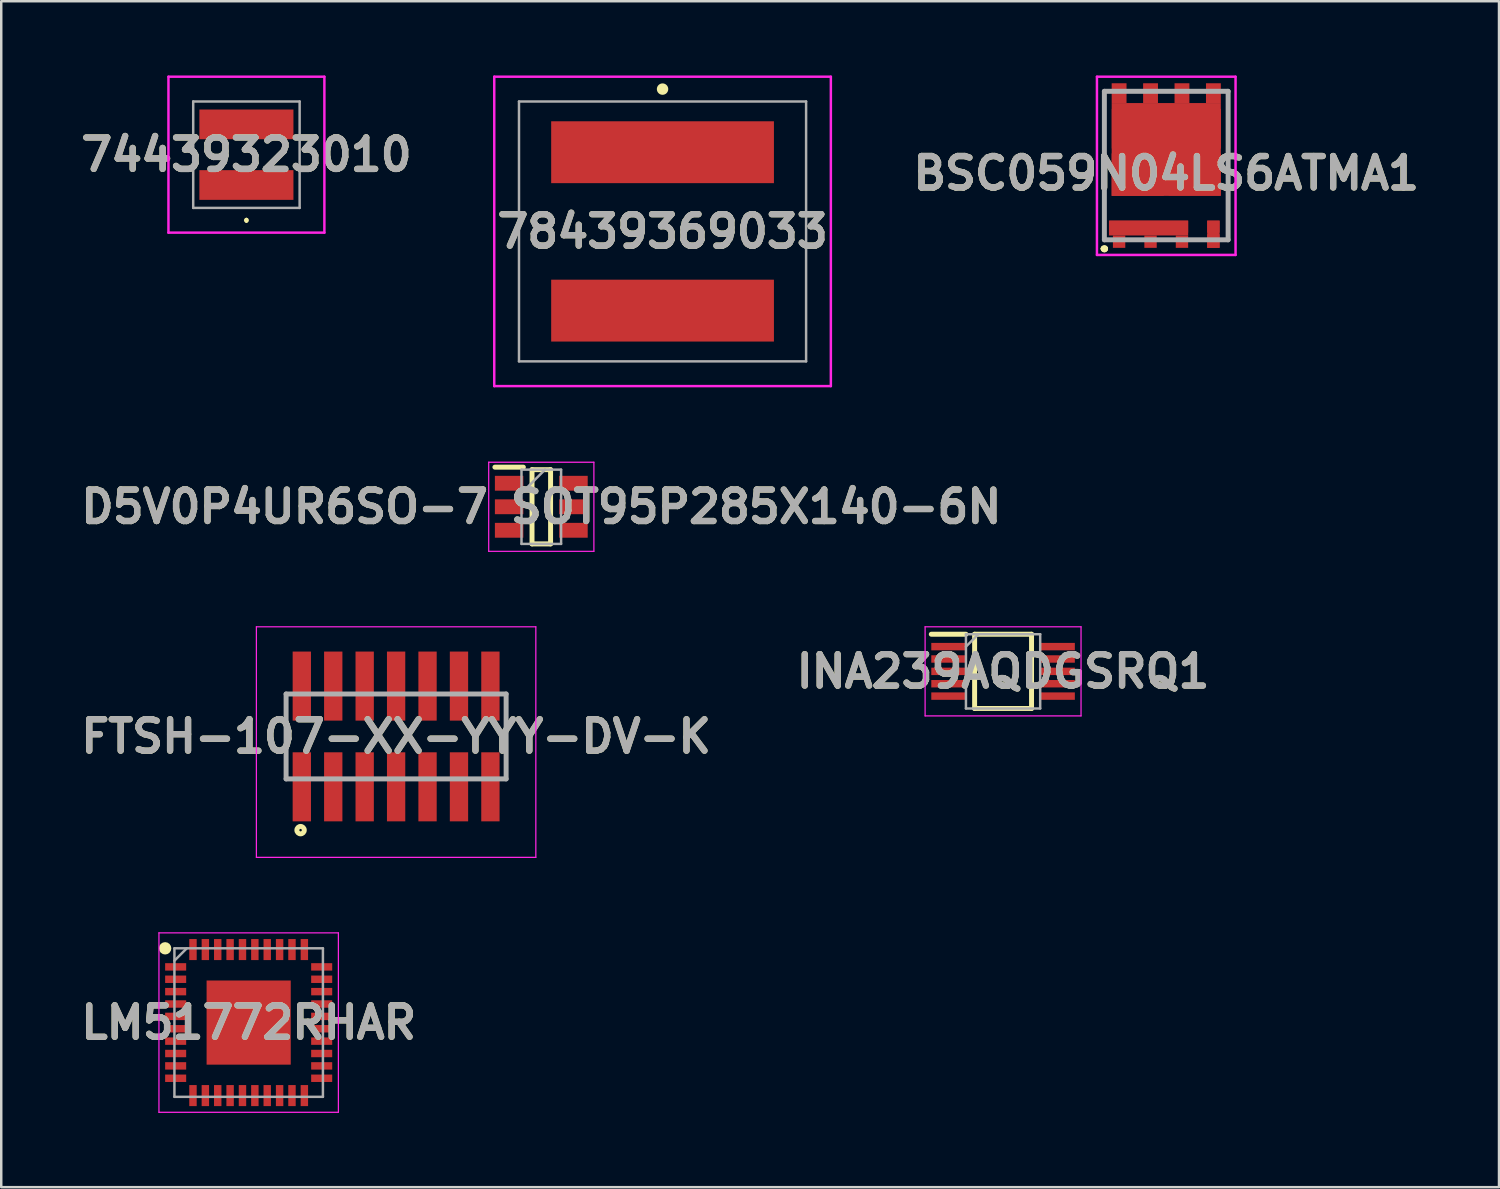
<source format=kicad_pcb>
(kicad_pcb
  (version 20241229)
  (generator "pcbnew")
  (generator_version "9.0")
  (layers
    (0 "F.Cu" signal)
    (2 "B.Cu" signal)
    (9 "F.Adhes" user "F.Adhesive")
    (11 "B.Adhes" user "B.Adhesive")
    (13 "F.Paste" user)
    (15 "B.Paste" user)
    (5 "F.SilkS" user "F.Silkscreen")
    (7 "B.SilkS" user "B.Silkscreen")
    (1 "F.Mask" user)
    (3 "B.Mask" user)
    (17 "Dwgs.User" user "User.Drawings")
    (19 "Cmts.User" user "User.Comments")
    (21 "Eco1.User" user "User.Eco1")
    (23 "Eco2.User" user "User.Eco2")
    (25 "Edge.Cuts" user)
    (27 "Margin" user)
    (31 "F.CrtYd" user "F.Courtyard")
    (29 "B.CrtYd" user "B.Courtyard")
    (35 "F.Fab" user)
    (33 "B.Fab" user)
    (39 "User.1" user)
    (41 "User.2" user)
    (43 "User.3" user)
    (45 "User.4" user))
  (footprint "INA239AQDGSRQ1"
    (layer "F.Cu")
    (at 37.477 24.075)
    (property "Reference" "INA239AQDGSRQ1" (at 0 0 0) (layer "F.SilkS") (effects (font (size 1.27 1.27) (thickness 0.254))))
    (attr smd)
    (fp_line (start -2.9 -1.5) (end -1.5 -1.5) (stroke (width 0.2) (type solid)) (layer "F.SilkS"))
    (fp_line (start -1.15 -1.5) (end 1.15 -1.5) (stroke (width 0.2) (type solid)) (layer "F.SilkS"))
    (fp_line (start -1.15 1.5) (end -1.15 -1.5) (stroke (width 0.2) (type solid)) (layer "F.SilkS"))
    (fp_line (start 1.15 -1.5) (end 1.15 1.5) (stroke (width 0.2) (type solid)) (layer "F.SilkS"))
    (fp_line (start 1.15 1.5) (end -1.15 1.5) (stroke (width 0.2) (type solid)) (layer "F.SilkS"))
    (fp_line (start -3.15 -1.8) (end 3.15 -1.8) (stroke (width 0.05) (type solid)) (layer "F.CrtYd"))
    (fp_line (start -3.15 1.8) (end -3.15 -1.8) (stroke (width 0.05) (type solid)) (layer "F.CrtYd"))
    (fp_line (start 3.15 -1.8) (end 3.15 1.8) (stroke (width 0.05) (type solid)) (layer "F.CrtYd"))
    (fp_line (start 3.15 1.8) (end -3.15 1.8) (stroke (width 0.05) (type solid)) (layer "F.CrtYd"))
    (fp_line (start -1.5 -1.5) (end 1.5 -1.5) (stroke (width 0.1) (type solid)) (layer "F.Fab"))
    (fp_line (start -1.5 -1) (end -1 -1.5) (stroke (width 0.1) (type solid)) (layer "F.Fab"))
    (fp_line (start -1.5 1.5) (end -1.5 -1.5) (stroke (width 0.1) (type solid)) (layer "F.Fab"))
    (fp_line (start 1.5 -1.5) (end 1.5 1.5) (stroke (width 0.1) (type solid)) (layer "F.Fab"))
    (fp_line (start 1.5 1.5) (end -1.5 1.5) (stroke (width 0.1) (type solid)) (layer "F.Fab"))
    (fp_text user "${REFERENCE}" (at 0 0 0) (layer "F.Fab") (effects (font (size 1.27 1.27) (thickness 0.254))))
    (pad "1" smd rect (at -2.2 -1 90) (size 0.3 1.4) (layers "F.Cu" "F.Mask" "F.Paste"))
    (pad "2" smd rect (at -2.2 -0.5 90) (size 0.3 1.4) (layers "F.Cu" "F.Mask" "F.Paste"))
    (pad "3" smd rect (at -2.2 0 90) (size 0.3 1.4) (layers "F.Cu" "F.Mask" "F.Paste"))
    (pad "4" smd rect (at -2.2 0.5 90) (size 0.3 1.4) (layers "F.Cu" "F.Mask" "F.Paste"))
    (pad "5" smd rect (at -2.2 1 90) (size 0.3 1.4) (layers "F.Cu" "F.Mask" "F.Paste"))
    (pad "6" smd rect (at 2.2 1 90) (size 0.3 1.4) (layers "F.Cu" "F.Mask" "F.Paste"))
    (pad "7" smd rect (at 2.2 0.5 90) (size 0.3 1.4) (layers "F.Cu" "F.Mask" "F.Paste"))
    (pad "8" smd rect (at 2.2 0 90) (size 0.3 1.4) (layers "F.Cu" "F.Mask" "F.Paste"))
    (pad "9" smd rect (at 2.2 -0.5 90) (size 0.3 1.4) (layers "F.Cu" "F.Mask" "F.Paste"))
    (pad "10" smd rect (at 2.2 -1 90) (size 0.3 1.4) (layers "F.Cu" "F.Mask" "F.Paste")))
  (footprint "LM51772RHAR"
    (layer "F.Cu")
    (at 6.997 38.265)
    (property "Reference" "LM51772RHAR" (at 0 0 0) (layer "F.SilkS") (effects (font (size 1.27 1.27) (thickness 0.254))))
    (attr smd)
    (fp_circle (center -3.375 -3) (end -3.375 -2.875) (stroke (width 0.25) (type solid)) (fill no) (layer "F.SilkS"))
    (fp_line (start -3.625 -3.625) (end 3.625 -3.625) (stroke (width 0.05) (type solid)) (layer "F.CrtYd"))
    (fp_line (start -3.625 3.625) (end -3.625 -3.625) (stroke (width 0.05) (type solid)) (layer "F.CrtYd"))
    (fp_line (start 3.625 -3.625) (end 3.625 3.625) (stroke (width 0.05) (type solid)) (layer "F.CrtYd"))
    (fp_line (start 3.625 3.625) (end -3.625 3.625) (stroke (width 0.05) (type solid)) (layer "F.CrtYd"))
    (fp_line (start -3 -3) (end 3 -3) (stroke (width 0.1) (type solid)) (layer "F.Fab"))
    (fp_line (start -3 -2.5) (end -2.5 -3) (stroke (width 0.1) (type solid)) (layer "F.Fab"))
    (fp_line (start -3 3) (end -3 -3) (stroke (width 0.1) (type solid)) (layer "F.Fab"))
    (fp_line (start 3 -3) (end 3 3) (stroke (width 0.1) (type solid)) (layer "F.Fab"))
    (fp_line (start 3 3) (end -3 3) (stroke (width 0.1) (type solid)) (layer "F.Fab"))
    (fp_text user "${REFERENCE}" (at 0 0 0) (layer "F.Fab") (effects (font (size 1.27 1.27) (thickness 0.254))))
    (pad "1" smd rect (at -2.95 -2.25 90) (size 0.3 0.85) (layers "F.Cu" "F.Mask" "F.Paste"))
    (pad "2" smd rect (at -2.95 -1.75 90) (size 0.3 0.85) (layers "F.Cu" "F.Mask" "F.Paste"))
    (pad "3" smd rect (at -2.95 -1.25 90) (size 0.3 0.85) (layers "F.Cu" "F.Mask" "F.Paste"))
    (pad "4" smd rect (at -2.95 -0.75 90) (size 0.3 0.85) (layers "F.Cu" "F.Mask" "F.Paste"))
    (pad "5" smd rect (at -2.95 -0.25 90) (size 0.3 0.85) (layers "F.Cu" "F.Mask" "F.Paste"))
    (pad "6" smd rect (at -2.95 0.25 90) (size 0.3 0.85) (layers "F.Cu" "F.Mask" "F.Paste"))
    (pad "7" smd rect (at -2.95 0.75 90) (size 0.3 0.85) (layers "F.Cu" "F.Mask" "F.Paste"))
    (pad "8" smd rect (at -2.95 1.25 90) (size 0.3 0.85) (layers "F.Cu" "F.Mask" "F.Paste"))
    (pad "9" smd rect (at -2.95 1.75 90) (size 0.3 0.85) (layers "F.Cu" "F.Mask" "F.Paste"))
    (pad "10" smd rect (at -2.95 2.25 90) (size 0.3 0.85) (layers "F.Cu" "F.Mask" "F.Paste"))
    (pad "11" smd rect (at -2.25 2.95) (size 0.3 0.85) (layers "F.Cu" "F.Mask" "F.Paste"))
    (pad "12" smd rect (at -1.75 2.95) (size 0.3 0.85) (layers "F.Cu" "F.Mask" "F.Paste"))
    (pad "13" smd rect (at -1.25 2.95) (size 0.3 0.85) (layers "F.Cu" "F.Mask" "F.Paste"))
    (pad "14" smd rect (at -0.75 2.95) (size 0.3 0.85) (layers "F.Cu" "F.Mask" "F.Paste"))
    (pad "15" smd rect (at -0.25 2.95) (size 0.3 0.85) (layers "F.Cu" "F.Mask" "F.Paste"))
    (pad "16" smd rect (at 0.25 2.95) (size 0.3 0.85) (layers "F.Cu" "F.Mask" "F.Paste"))
    (pad "17" smd rect (at 0.75 2.95) (size 0.3 0.85) (layers "F.Cu" "F.Mask" "F.Paste"))
    (pad "18" smd rect (at 1.25 2.95) (size 0.3 0.85) (layers "F.Cu" "F.Mask" "F.Paste"))
    (pad "19" smd rect (at 1.75 2.95) (size 0.3 0.85) (layers "F.Cu" "F.Mask" "F.Paste"))
    (pad "20" smd rect (at 2.25 2.95) (size 0.3 0.85) (layers "F.Cu" "F.Mask" "F.Paste"))
    (pad "21" smd rect (at 2.95 2.25 90) (size 0.3 0.85) (layers "F.Cu" "F.Mask" "F.Paste"))
    (pad "22" smd rect (at 2.95 1.75 90) (size 0.3 0.85) (layers "F.Cu" "F.Mask" "F.Paste"))
    (pad "23" smd rect (at 2.95 1.25 90) (size 0.3 0.85) (layers "F.Cu" "F.Mask" "F.Paste"))
    (pad "24" smd rect (at 2.95 0.75 90) (size 0.3 0.85) (layers "F.Cu" "F.Mask" "F.Paste"))
    (pad "25" smd rect (at 2.95 0.25 90) (size 0.3 0.85) (layers "F.Cu" "F.Mask" "F.Paste"))
    (pad "26" smd rect (at 2.95 -0.25 90) (size 0.3 0.85) (layers "F.Cu" "F.Mask" "F.Paste"))
    (pad "27" smd rect (at 2.95 -0.75 90) (size 0.3 0.85) (layers "F.Cu" "F.Mask" "F.Paste"))
    (pad "28" smd rect (at 2.95 -1.25 90) (size 0.3 0.85) (layers "F.Cu" "F.Mask" "F.Paste"))
    (pad "29" smd rect (at 2.95 -1.75 90) (size 0.3 0.85) (layers "F.Cu" "F.Mask" "F.Paste"))
    (pad "30" smd rect (at 2.95 -2.25 90) (size 0.3 0.85) (layers "F.Cu" "F.Mask" "F.Paste"))
    (pad "31" smd rect (at 2.25 -2.95) (size 0.3 0.85) (layers "F.Cu" "F.Mask" "F.Paste"))
    (pad "32" smd rect (at 1.75 -2.95) (size 0.3 0.85) (layers "F.Cu" "F.Mask" "F.Paste"))
    (pad "33" smd rect (at 1.25 -2.95) (size 0.3 0.85) (layers "F.Cu" "F.Mask" "F.Paste"))
    (pad "34" smd rect (at 0.75 -2.95) (size 0.3 0.85) (layers "F.Cu" "F.Mask" "F.Paste"))
    (pad "35" smd rect (at 0.25 -2.95) (size 0.3 0.85) (layers "F.Cu" "F.Mask" "F.Paste"))
    (pad "36" smd rect (at -0.25 -2.95) (size 0.3 0.85) (layers "F.Cu" "F.Mask" "F.Paste"))
    (pad "37" smd rect (at -0.75 -2.95) (size 0.3 0.85) (layers "F.Cu" "F.Mask" "F.Paste"))
    (pad "38" smd rect (at -1.25 -2.95) (size 0.3 0.85) (layers "F.Cu" "F.Mask" "F.Paste"))
    (pad "39" smd rect (at -1.75 -2.95) (size 0.3 0.85) (layers "F.Cu" "F.Mask" "F.Paste"))
    (pad "40" smd rect (at -2.25 -2.95) (size 0.3 0.85) (layers "F.Cu" "F.Mask" "F.Paste"))
    (pad "41" smd rect (at 0 0) (size 3.4 3.4) (layers "F.Cu" "F.Mask" "F.Paste")))
  (footprint "74439323010"
    (layer "F.Cu")
    (at 6.906 3.2)
    (property "Reference" "74439323010" (at 0 0 0) (layer "F.SilkS") (effects (font (size 1.27 1.27) (thickness 0.254))))
    (attr smd)
    (fp_line (start 0 2.6) (end 0 2.6) (stroke (width 0.1) (type solid)) (layer "F.SilkS"))
    (fp_line (start 0 2.7) (end 0 2.7) (stroke (width 0.1) (type solid)) (layer "F.SilkS"))
    (fp_arc (start 0 2.6) (mid 0.05 2.65) (end 0 2.7) (stroke (width 0.1) (type solid)) (layer "F.SilkS"))
    (fp_arc (start 0 2.7) (mid -0.05 2.65) (end 0 2.6) (stroke (width 0.1) (type solid)) (layer "F.SilkS"))
    (fp_line (start -3.15 -3.15) (end 3.15 -3.15) (stroke (width 0.1) (type solid)) (layer "F.CrtYd"))
    (fp_line (start -3.15 3.15) (end -3.15 -3.15) (stroke (width 0.1) (type solid)) (layer "F.CrtYd"))
    (fp_line (start 3.15 -3.15) (end 3.15 3.15) (stroke (width 0.1) (type solid)) (layer "F.CrtYd"))
    (fp_line (start 3.15 3.15) (end -3.15 3.15) (stroke (width 0.1) (type solid)) (layer "F.CrtYd"))
    (fp_line (start -2.15 -2.15) (end 2.15 -2.15) (stroke (width 0.1) (type solid)) (layer "F.Fab"))
    (fp_line (start -2.15 2.15) (end -2.15 -2.15) (stroke (width 0.1) (type solid)) (layer "F.Fab"))
    (fp_line (start 2.15 -2.15) (end 2.15 2.15) (stroke (width 0.1) (type solid)) (layer "F.Fab"))
    (fp_line (start 2.15 2.15) (end -2.15 2.15) (stroke (width 0.1) (type solid)) (layer "F.Fab"))
    (fp_text user "${REFERENCE}" (at 0 0 0) (layer "F.Fab") (effects (font (size 1.27 1.27) (thickness 0.254))))
    (pad "1" smd rect (at 0 1.225 90) (size 1.2 3.8) (layers "F.Cu" "F.Mask" "F.Paste"))
    (pad "2" smd rect (at 0 -1.225 90) (size 1.2 3.8) (layers "F.Cu" "F.Mask" "F.Paste")))
  (footprint "78439369033"
    (layer "F.Cu")
    (at 23.719 6.3)
    (property "Reference" "78439369033" (at 0 0 0) (layer "F.SilkS") (effects (font (size 1.27 1.27) (thickness 0.254))))
    (attr smd)
    (fp_line (start 0 -5.8) (end 0 -5.8) (stroke (width 0.1) (type solid)) (layer "F.SilkS"))
    (fp_line (start 0 -5.7) (end 0 -5.7) (stroke (width 0.1) (type solid)) (layer "F.SilkS"))
    (fp_arc (start 0 -5.8) (mid 0.05 -5.75) (end 0 -5.7) (stroke (width 0.1) (type solid)) (layer "F.SilkS"))
    (fp_arc (start 0 -5.7) (mid -0.05 -5.75) (end 0 -5.8) (stroke (width 0.1) (type solid)) (layer "F.SilkS"))
    (fp_circle (center 0 -5.75) (end 0.1 -5.9) (stroke (width 0.1) (type default)) (fill no) (layer "F.SilkS"))
    (fp_circle (center 0 -5.75) (end 0.1 -5.8) (stroke (width 0.1) (type default)) (fill no) (layer "F.SilkS"))
    (fp_line (start -6.8 -6.25) (end 6.8 -6.25) (stroke (width 0.1) (type solid)) (layer "F.CrtYd"))
    (fp_line (start -6.8 6.25) (end -6.8 -6.25) (stroke (width 0.1) (type solid)) (layer "F.CrtYd"))
    (fp_line (start 6.8 -6.25) (end 6.8 6.25) (stroke (width 0.1) (type solid)) (layer "F.CrtYd"))
    (fp_line (start 6.8 6.25) (end -6.8 6.25) (stroke (width 0.1) (type solid)) (layer "F.CrtYd"))
    (fp_line (start -5.8 -5.25) (end 5.8 -5.25) (stroke (width 0.1) (type solid)) (layer "F.Fab"))
    (fp_line (start -5.8 5.25) (end -5.8 -5.25) (stroke (width 0.1) (type solid)) (layer "F.Fab"))
    (fp_line (start 5.8 -5.25) (end 5.8 5.25) (stroke (width 0.1) (type solid)) (layer "F.Fab"))
    (fp_line (start 5.8 5.25) (end -5.8 5.25) (stroke (width 0.1) (type solid)) (layer "F.Fab"))
    (fp_text user "${REFERENCE}" (at 0 0 0) (layer "F.Fab") (effects (font (size 1.27 1.27) (thickness 0.254))))
    (pad "1" smd rect (at 0 -3.2 90) (size 2.5 9) (layers "F.Cu" "F.Mask" "F.Paste"))
    (pad "2" smd rect (at 0 3.2 90) (size 2.5 9) (layers "F.Cu" "F.Mask" "F.Paste")))
  (footprint "D5V0P4UR6SO-7 SOT95P285X140-6N"
    (layer "F.Cu")
    (at 18.82 17.425)
    (property "Reference" "D5V0P4UR6SO-7 SOT95P285X140-6N" (at 0 0 0) (layer "F.SilkS") (effects (font (size 1.27 1.27) (thickness 0.254))))
    (attr smd)
    (fp_line (start -1.875 -1.6) (end -0.725 -1.6) (stroke (width 0.2) (type solid)) (layer "F.SilkS"))
    (fp_line (start -0.375 -1.5) (end 0.375 -1.5) (stroke (width 0.2) (type solid)) (layer "F.SilkS"))
    (fp_line (start -0.375 1.5) (end -0.375 -1.5) (stroke (width 0.2) (type solid)) (layer "F.SilkS"))
    (fp_line (start 0.375 -1.5) (end 0.375 1.5) (stroke (width 0.2) (type solid)) (layer "F.SilkS"))
    (fp_line (start 0.375 1.5) (end -0.375 1.5) (stroke (width 0.2) (type solid)) (layer "F.SilkS"))
    (fp_line (start -2.125 -1.8) (end 2.125 -1.8) (stroke (width 0.05) (type solid)) (layer "F.CrtYd"))
    (fp_line (start -2.125 1.8) (end -2.125 -1.8) (stroke (width 0.05) (type solid)) (layer "F.CrtYd"))
    (fp_line (start 2.125 -1.8) (end 2.125 1.8) (stroke (width 0.05) (type solid)) (layer "F.CrtYd"))
    (fp_line (start 2.125 1.8) (end -2.125 1.8) (stroke (width 0.05) (type solid)) (layer "F.CrtYd"))
    (fp_line (start -0.8 -1.5) (end 0.8 -1.5) (stroke (width 0.1) (type solid)) (layer "F.Fab"))
    (fp_line (start -0.8 -0.55) (end 0.15 -1.5) (stroke (width 0.1) (type solid)) (layer "F.Fab"))
    (fp_line (start -0.8 1.5) (end -0.8 -1.5) (stroke (width 0.1) (type solid)) (layer "F.Fab"))
    (fp_line (start 0.8 -1.5) (end 0.8 1.5) (stroke (width 0.1) (type solid)) (layer "F.Fab"))
    (fp_line (start 0.8 1.5) (end -0.8 1.5) (stroke (width 0.1) (type solid)) (layer "F.Fab"))
    (fp_text user "${REFERENCE}" (at 0 0 0) (layer "F.Fab") (effects (font (size 1.27 1.27) (thickness 0.254))))
    (pad "1" smd rect (at -1.3 -0.95 90) (size 0.6 1.15) (layers "F.Cu" "F.Mask" "F.Paste"))
    (pad "2" smd rect (at -1.3 0 90) (size 0.6 1.15) (layers "F.Cu" "F.Mask" "F.Paste"))
    (pad "3" smd rect (at -1.3 0.95 90) (size 0.6 1.15) (layers "F.Cu" "F.Mask" "F.Paste"))
    (pad "4" smd rect (at 1.3 0.95 90) (size 0.6 1.15) (layers "F.Cu" "F.Mask" "F.Paste"))
    (pad "5" smd rect (at 1.3 0 90) (size 0.6 1.15) (layers "F.Cu" "F.Mask" "F.Paste"))
    (pad "6" smd rect (at 1.3 -0.95 90) (size 0.6 1.15) (layers "F.Cu" "F.Mask" "F.Paste")))
  (footprint "BSC059N04LS6ATMA1"
    (layer "F.Cu")
    (at 44.07 3.95)
    (property "Reference" "BSC059N04LS6ATMA1" (at 0 0 0) (layer "F.SilkS") (effects (font (size 1.27 1.27) (thickness 0.254))))
    (attr smd)
    (fp_line (start -2.547 3.047) (end -2.547 3.047) (stroke (width 0.2) (type solid)) (layer "F.SilkS"))
    (fp_line (start -2.547 3.047) (end -2.547 3.047) (stroke (width 0.2) (type solid)) (layer "F.SilkS"))
    (fp_line (start -2.5 -3.311) (end -2.5 -3.311) (stroke (width 0.1) (type solid)) (layer "F.SilkS"))
    (fp_line (start -2.5 -3.311) (end -2.5 2.689) (stroke (width 0.1) (type solid)) (layer "F.SilkS"))
    (fp_line (start -2.5 2.689) (end -2.5 -3.311) (stroke (width 0.1) (type solid)) (layer "F.SilkS"))
    (fp_line (start -2.5 2.689) (end -2.5 2.689) (stroke (width 0.1) (type solid)) (layer "F.SilkS"))
    (fp_line (start -2.453 3.047) (end -2.453 3.047) (stroke (width 0.2) (type solid)) (layer "F.SilkS"))
    (fp_line (start 2.5 -3.311) (end 2.5 2.689) (stroke (width 0.1) (type solid)) (layer "F.SilkS"))
    (fp_arc (start -2.5475 3.0475) (mid -2.5 3) (end -2.4525 3.0475) (stroke (width 0.2) (type solid)) (layer "F.SilkS"))
    (fp_arc (start -2.4525 3.0475) (mid -2.5 3.095) (end -2.5475 3.0475) (stroke (width 0.2) (type solid)) (layer "F.SilkS"))
    (fp_arc (start -2.4525 3.0475) (mid -2.5 3.095) (end -2.5475 3.0475) (stroke (width 0.2) (type solid)) (layer "F.SilkS"))
    (fp_line (start -2.8 -3.9) (end 2.8 -3.9) (stroke (width 0.1) (type solid)) (layer "F.CrtYd"))
    (fp_line (start -2.8 3.3) (end -2.8 -3.9) (stroke (width 0.1) (type solid)) (layer "F.CrtYd"))
    (fp_line (start 2.8 -3.9) (end 2.8 3.3) (stroke (width 0.1) (type solid)) (layer "F.CrtYd"))
    (fp_line (start 2.8 3.3) (end -2.8 3.3) (stroke (width 0.1) (type solid)) (layer "F.CrtYd"))
    (fp_line (start -2.5 -3.311) (end -2.5 2.689) (stroke (width 0.2) (type solid)) (layer "F.Fab"))
    (fp_line (start -2.5 2.689) (end 2.5 2.689) (stroke (width 0.2) (type solid)) (layer "F.Fab"))
    (fp_line (start 2.5 -3.311) (end -2.5 -3.311) (stroke (width 0.2) (type solid)) (layer "F.Fab"))
    (fp_line (start 2.5 2.689) (end 2.5 -3.311) (stroke (width 0.2) (type solid)) (layer "F.Fab"))
    (fp_text user "${REFERENCE}" (at 0 0 0) (layer "F.Fab") (effects (font (size 1.27 1.27) (thickness 0.254))))
    (pad "1" smd rect (at -1.905 2.764) (size 0.5 0.5) (layers "F.Cu" "F.Mask" "F.Paste"))
    (pad "1" smd rect (at -0.715 2.214 90) (size 0.6 3.2) (layers "F.Cu"))
    (pad "1" smd rect (at -0.708 2.157 90) (size 0.486 3.185) (layers "F.Cu" "F.Mask" "F.Paste"))
    (pad "1" smd rect (at -0.635 2.764) (size 0.5 0.5) (layers "F.Cu" "F.Mask" "F.Paste"))
    (pad "1" smd rect (at 0.635 2.764) (size 0.5 0.5) (layers "F.Cu" "F.Mask" "F.Paste"))
    (pad "4" smd rect (at 1.905 2.157) (size 0.5 0.486) (layers "F.Cu" "F.Mask" "F.Paste"))
    (pad "4" smd rect (at 1.905 2.464) (size 0.5 1.1) (layers "F.Cu"))
    (pad "4" smd rect (at 1.905 2.739) (size 0.5 0.55) (layers "F.Cu" "F.Mask" "F.Paste"))
    (pad "5" smd rect (at -1.905 -3.236) (size 0.6 0.8) (layers "F.Cu" "F.Mask" "F.Paste"))
    (pad "5" smd rect (at -1.153 0.057 90) (size 1.714 2.105) (layers "F.Cu" "F.Mask" "F.Paste"))
    (pad "5" smd rect (at -1.15 -1.8 90) (size 1.6 2.1) (layers "F.Cu" "F.Mask" "F.Paste"))
    (pad "5" smd rect (at -0.635 -3.236) (size 0.6 0.8) (layers "F.Cu" "F.Mask" "F.Paste"))
    (pad "5" smd rect (at 0 -0.961 90) (size 3.75 4.41) (layers "F.Cu"))
    (pad "5" smd rect (at 0.635 -3.236) (size 0.6 0.8) (layers "F.Cu" "F.Mask" "F.Paste"))
    (pad "5" smd rect (at 1.15 -1.8 90) (size 1.6 2.1) (layers "F.Cu"))
    (pad "5" smd rect (at 1.15 -1.8 90) (size 1.6 2.1) (layers "F.Cu" "F.Mask" "F.Paste"))
    (pad "5" smd rect (at 1.15 0.05 90) (size 1.7 2.1) (layers "F.Cu" "F.Mask" "F.Paste"))
    (pad "5" smd rect (at 1.905 -3.236) (size 0.6 0.8) (layers "F.Cu" "F.Mask" "F.Paste")))
  (footprint "FTSH-107-XX-YYY-DV-K"
    (layer "F.Cu")
    (at 12.954 26.705)
    (property "Reference" "FTSH-107-XX-YYY-DV-K" (at 0 0 0) (layer "F.SilkS") (effects (font (size 1.27 1.27) (thickness 0.254))))
    (attr smd)
    (fp_line (start -4.445 1.715) (end -4.445 -1.715) (stroke (width 0.1) (type solid)) (layer "F.SilkS"))
    (fp_line (start 4.445 -1.715) (end 4.445 1.715) (stroke (width 0.1) (type solid)) (layer "F.SilkS"))
    (fp_circle (center -3.86 3.785) (end -3.86 3.835) (stroke (width 0.2) (type solid)) (fill no) (layer "F.SilkS"))
    (fp_line (start -5.645 -4.43) (end 5.645 -4.43) (stroke (width 0.05) (type solid)) (layer "F.CrtYd"))
    (fp_line (start -5.645 4.885) (end -5.645 -4.43) (stroke (width 0.05) (type solid)) (layer "F.CrtYd"))
    (fp_line (start 5.645 -4.43) (end 5.645 4.885) (stroke (width 0.05) (type solid)) (layer "F.CrtYd"))
    (fp_line (start 5.645 4.885) (end -5.645 4.885) (stroke (width 0.05) (type solid)) (layer "F.CrtYd"))
    (fp_line (start -4.445 -1.715) (end 4.445 -1.715) (stroke (width 0.2) (type solid)) (layer "F.Fab"))
    (fp_line (start -4.445 1.715) (end -4.445 -1.715) (stroke (width 0.2) (type solid)) (layer "F.Fab"))
    (fp_line (start 4.445 -1.715) (end 4.445 1.715) (stroke (width 0.2) (type solid)) (layer "F.Fab"))
    (fp_line (start 4.445 1.715) (end -4.445 1.715) (stroke (width 0.2) (type solid)) (layer "F.Fab"))
    (fp_text user "${REFERENCE}" (at 0 0 0) (layer "F.Fab") (effects (font (size 1.27 1.27) (thickness 0.254))))
    (pad "1" smd rect (at -3.81 2.035) (size 0.74 2.79) (layers "F.Cu" "F.Mask" "F.Paste"))
    (pad "2" smd rect (at -3.81 -2.035) (size 0.74 2.79) (layers "F.Cu" "F.Mask" "F.Paste"))
    (pad "3" smd rect (at -2.54 2.035) (size 0.74 2.79) (layers "F.Cu" "F.Mask" "F.Paste"))
    (pad "4" smd rect (at -2.54 -2.035) (size 0.74 2.79) (layers "F.Cu" "F.Mask" "F.Paste"))
    (pad "5" smd rect (at -1.27 2.035) (size 0.74 2.79) (layers "F.Cu" "F.Mask" "F.Paste"))
    (pad "6" smd rect (at -1.27 -2.035) (size 0.74 2.79) (layers "F.Cu" "F.Mask" "F.Paste"))
    (pad "7" smd rect (at 0 2.035) (size 0.74 2.79) (layers "F.Cu" "F.Mask" "F.Paste"))
    (pad "8" smd rect (at 0 -2.035) (size 0.74 2.79) (layers "F.Cu" "F.Mask" "F.Paste"))
    (pad "9" smd rect (at 1.27 2.035) (size 0.74 2.79) (layers "F.Cu" "F.Mask" "F.Paste"))
    (pad "10" smd rect (at 1.27 -2.035) (size 0.74 2.79) (layers "F.Cu" "F.Mask" "F.Paste"))
    (pad "11" smd rect (at 2.54 2.035) (size 0.74 2.79) (layers "F.Cu" "F.Mask" "F.Paste"))
    (pad "12" smd rect (at 2.54 -2.035) (size 0.74 2.79) (layers "F.Cu" "F.Mask" "F.Paste"))
    (pad "13" smd rect (at 3.81 2.035) (size 0.74 2.79) (layers "F.Cu" "F.Mask" "F.Paste"))
    (pad "14" smd rect (at 3.81 -2.035) (size 0.74 2.79) (layers "F.Cu" "F.Mask" "F.Paste")))
  (gr_rect
    (start -3 -3)
    (end 57.514 44.915)
    (stroke (width 0.1) (type default))
    (fill no)
    (layer "Edge.Cuts")))
</source>
